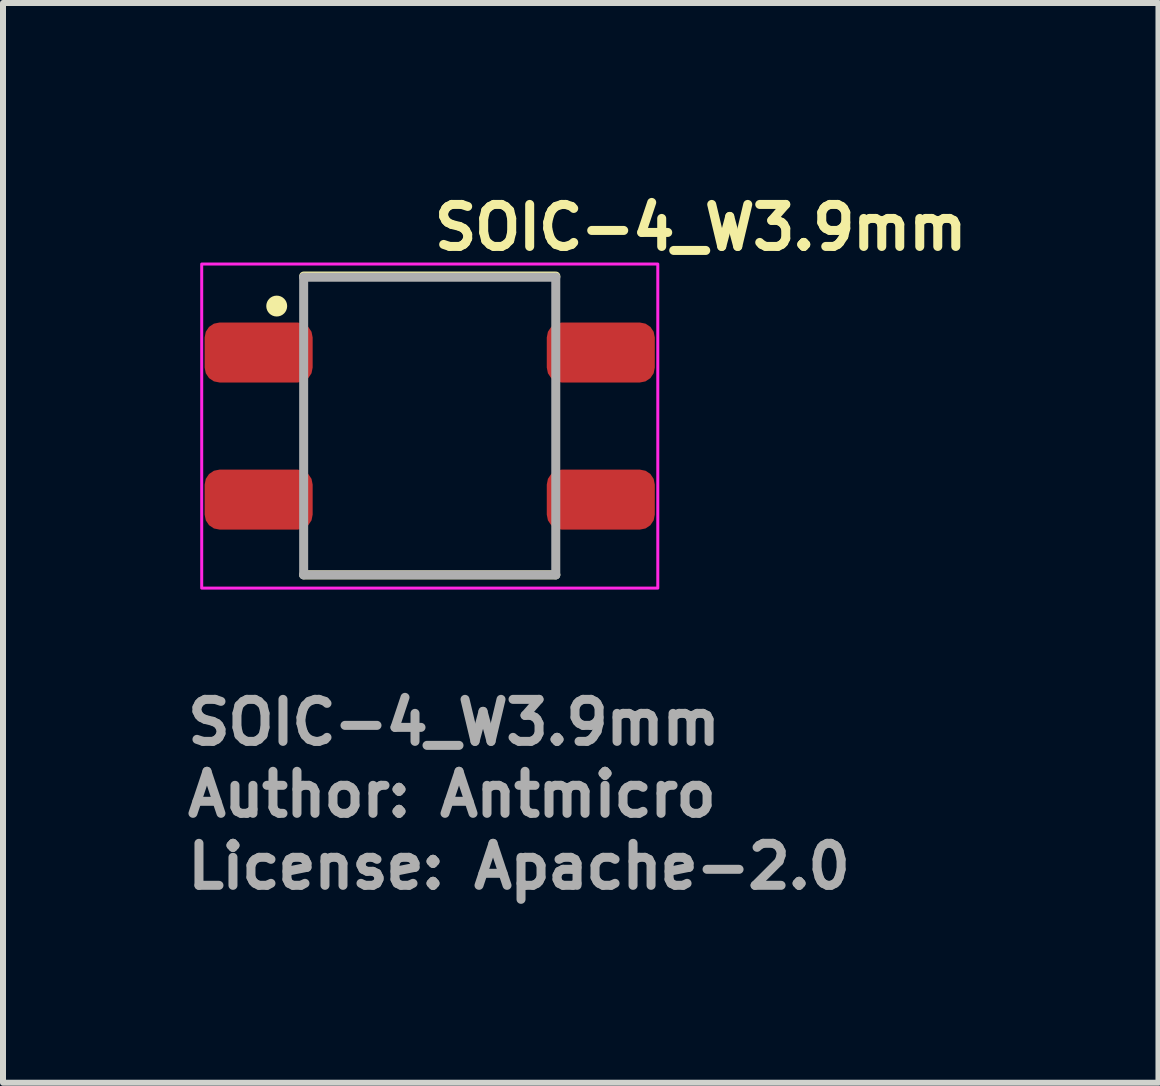
<source format=kicad_pcb>
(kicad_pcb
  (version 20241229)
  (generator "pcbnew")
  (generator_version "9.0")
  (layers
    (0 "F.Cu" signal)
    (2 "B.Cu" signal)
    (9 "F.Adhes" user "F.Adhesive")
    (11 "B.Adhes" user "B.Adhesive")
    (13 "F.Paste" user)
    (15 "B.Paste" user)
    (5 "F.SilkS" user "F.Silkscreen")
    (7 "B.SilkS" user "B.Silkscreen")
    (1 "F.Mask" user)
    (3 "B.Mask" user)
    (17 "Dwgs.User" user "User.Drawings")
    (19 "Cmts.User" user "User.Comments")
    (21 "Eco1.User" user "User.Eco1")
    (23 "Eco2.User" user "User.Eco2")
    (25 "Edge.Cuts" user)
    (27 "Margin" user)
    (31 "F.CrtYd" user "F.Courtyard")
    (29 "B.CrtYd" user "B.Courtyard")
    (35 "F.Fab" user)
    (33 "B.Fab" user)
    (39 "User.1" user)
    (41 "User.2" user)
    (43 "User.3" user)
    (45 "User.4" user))
  (footprint "SOIC-4_W3.9mm"
    (layer "F.Cu")
    (at 4.111 4.05)
    (property "Reference" "SOIC-4_W3.9mm" (at 0 -2.9 0) (layer "F.SilkS") (effects (font (size 0.7 0.7) (thickness 0.15)) (justify left bottom)))
    (attr smd)
    (fp_line (start -2.101 2.479) (end 2.1 2.479) (stroke (width 0.15) (type solid)) (layer "F.SilkS"))
    (fp_line (start -2.1 -2.5) (end 2.101 -2.5) (stroke (width 0.15) (type solid)) (layer "F.SilkS"))
    (fp_circle (center -2.55 -2) (end -2.451 -2) (stroke (width 0.15) (type solid)) (fill yes) (layer "F.SilkS"))
    (fp_rect (start -3.8 -2.7) (end 3.8 2.7) (stroke (width 0.05) (type solid)) (fill no) (layer "F.CrtYd"))
    (fp_line (start -2.101 -2.48) (end 2.1 -2.48) (stroke (width 0.15) (type solid)) (layer "F.Fab"))
    (fp_line (start -2.101 2.479) (end -2.101 -2.48) (stroke (width 0.15) (type solid)) (layer "F.Fab"))
    (fp_line (start 2.1 -2.48) (end 2.1 2.479) (stroke (width 0.15) (type solid)) (layer "F.Fab"))
    (fp_line (start 2.1 2.479) (end -2.101 2.479) (stroke (width 0.15) (type solid)) (layer "F.Fab"))
    (fp_rect (start -3.351 -2.363) (end 3.35 2.362) (stroke (width 0.1) (type solid)) (fill no) (layer "User.5"))
    (fp_line (start -3.351 -1.543) (end -3.351 -0.909) (stroke (width 0.02) (type solid)) (layer "User.9"))
    (fp_line (start -3.351 1.542) (end -3.351 0.907) (stroke (width 0.02) (type solid)) (layer "User.9"))
    (fp_line (start -3.04 -1.543) (end -3.351 -1.543) (stroke (width 0.02) (type solid)) (layer "User.9"))
    (fp_line (start -3.04 -0.909) (end -3.351 -0.909) (stroke (width 0.02) (type solid)) (layer "User.9"))
    (fp_line (start -3.04 0.907) (end -3.351 0.907) (stroke (width 0.02) (type solid)) (layer "User.9"))
    (fp_line (start -3.04 1.542) (end -3.351 1.542) (stroke (width 0.02) (type solid)) (layer "User.9"))
    (fp_line (start -2.746 -1.543) (end -3.04 -1.543) (stroke (width 0.02) (type solid)) (layer "User.9"))
    (fp_line (start -2.746 -1.543) (end -2.746 -1.543) (stroke (width 0.02) (type solid)) (layer "User.9"))
    (fp_line (start -2.746 -0.909) (end -3.04 -0.909) (stroke (width 0.02) (type solid)) (layer "User.9"))
    (fp_line (start -2.746 -0.909) (end -2.746 -0.909) (stroke (width 0.02) (type solid)) (layer "User.9"))
    (fp_line (start -2.746 0.907) (end -3.04 0.907) (stroke (width 0.02) (type solid)) (layer "User.9"))
    (fp_line (start -2.746 0.907) (end -2.746 0.907) (stroke (width 0.02) (type solid)) (layer "User.9"))
    (fp_line (start -2.746 1.542) (end -3.04 1.542) (stroke (width 0.02) (type solid)) (layer "User.9"))
    (fp_line (start -2.746 1.542) (end -2.746 1.542) (stroke (width 0.02) (type solid)) (layer "User.9"))
    (fp_line (start -2.628 -1.543) (end -2.746 -1.543) (stroke (width 0.02) (type solid)) (layer "User.9"))
    (fp_line (start -2.628 -1.543) (end -2.628 -0.909) (stroke (width 0.02) (type solid)) (layer "User.9"))
    (fp_line (start -2.628 -0.909) (end -2.746 -0.909) (stroke (width 0.02) (type solid)) (layer "User.9"))
    (fp_line (start -2.628 0.907) (end -2.746 0.907) (stroke (width 0.02) (type solid)) (layer "User.9"))
    (fp_line (start -2.628 1.542) (end -2.746 1.542) (stroke (width 0.02) (type solid)) (layer "User.9"))
    (fp_line (start -2.628 1.542) (end -2.628 0.907) (stroke (width 0.02) (type solid)) (layer "User.9"))
    (fp_line (start -2.612 -1.543) (end -2.628 -1.543) (stroke (width 0.02) (type solid)) (layer "User.9"))
    (fp_line (start -2.612 -1.543) (end -2.612 -1.543) (stroke (width 0.02) (type solid)) (layer "User.9"))
    (fp_line (start -2.612 -0.909) (end -2.628 -0.909) (stroke (width 0.02) (type solid)) (layer "User.9"))
    (fp_line (start -2.612 -0.909) (end -2.612 -0.909) (stroke (width 0.02) (type solid)) (layer "User.9"))
    (fp_line (start -2.612 0.907) (end -2.628 0.907) (stroke (width 0.02) (type solid)) (layer "User.9"))
    (fp_line (start -2.612 0.907) (end -2.612 0.907) (stroke (width 0.02) (type solid)) (layer "User.9"))
    (fp_line (start -2.612 1.542) (end -2.628 1.542) (stroke (width 0.02) (type solid)) (layer "User.9"))
    (fp_line (start -2.612 1.542) (end -2.612 1.542) (stroke (width 0.02) (type solid)) (layer "User.9"))
    (fp_line (start -2.565 -1.543) (end -2.612 -1.543) (stroke (width 0.02) (type solid)) (layer "User.9"))
    (fp_line (start -2.565 -1.543) (end -2.565 -1.543) (stroke (width 0.02) (type solid)) (layer "User.9"))
    (fp_line (start -2.565 -0.909) (end -2.612 -0.909) (stroke (width 0.02) (type solid)) (layer "User.9"))
    (fp_line (start -2.565 -0.909) (end -2.565 -0.909) (stroke (width 0.02) (type solid)) (layer "User.9"))
    (fp_line (start -2.565 0.907) (end -2.612 0.907) (stroke (width 0.02) (type solid)) (layer "User.9"))
    (fp_line (start -2.565 0.907) (end -2.565 0.907) (stroke (width 0.02) (type solid)) (layer "User.9"))
    (fp_line (start -2.565 1.542) (end -2.612 1.542) (stroke (width 0.02) (type solid)) (layer "User.9"))
    (fp_line (start -2.565 1.542) (end -2.565 1.542) (stroke (width 0.02) (type solid)) (layer "User.9"))
    (fp_line (start -2.492 -1.543) (end -2.565 -1.543) (stroke (width 0.02) (type solid)) (layer "User.9"))
    (fp_line (start -2.492 -1.543) (end -2.492 -1.543) (stroke (width 0.02) (type solid)) (layer "User.9"))
    (fp_line (start -2.492 -0.909) (end -2.565 -0.909) (stroke (width 0.02) (type solid)) (layer "User.9"))
    (fp_line (start -2.492 -0.909) (end -2.492 -0.909) (stroke (width 0.02) (type solid)) (layer "User.9"))
    (fp_line (start -2.492 0.907) (end -2.565 0.907) (stroke (width 0.02) (type solid)) (layer "User.9"))
    (fp_line (start -2.492 0.907) (end -2.492 0.907) (stroke (width 0.02) (type solid)) (layer "User.9"))
    (fp_line (start -2.492 1.542) (end -2.565 1.542) (stroke (width 0.02) (type solid)) (layer "User.9"))
    (fp_line (start -2.492 1.542) (end -2.492 1.542) (stroke (width 0.02) (type solid)) (layer "User.9"))
    (fp_line (start -2.445 -1.543) (end -2.492 -1.543) (stroke (width 0.02) (type solid)) (layer "User.9"))
    (fp_line (start -2.445 -1.543) (end -2.445 -1.543) (stroke (width 0.02) (type solid)) (layer "User.9"))
    (fp_line (start -2.445 -0.909) (end -2.492 -0.909) (stroke (width 0.02) (type solid)) (layer "User.9"))
    (fp_line (start -2.445 -0.909) (end -2.445 -0.909) (stroke (width 0.02) (type solid)) (layer "User.9"))
    (fp_line (start -2.445 0.907) (end -2.492 0.907) (stroke (width 0.02) (type solid)) (layer "User.9"))
    (fp_line (start -2.445 0.907) (end -2.445 0.907) (stroke (width 0.02) (type solid)) (layer "User.9"))
    (fp_line (start -2.445 1.542) (end -2.492 1.542) (stroke (width 0.02) (type solid)) (layer "User.9"))
    (fp_line (start -2.445 1.542) (end -2.445 1.542) (stroke (width 0.02) (type solid)) (layer "User.9"))
    (fp_line (start -2.007 -1.543) (end -2.445 -1.543) (stroke (width 0.02) (type solid)) (layer "User.9"))
    (fp_line (start -2.007 -0.909) (end -2.445 -0.909) (stroke (width 0.02) (type solid)) (layer "User.9"))
    (fp_line (start -2.007 0.907) (end -2.445 0.907) (stroke (width 0.02) (type solid)) (layer "User.9"))
    (fp_line (start -2.007 1.542) (end -2.445 1.542) (stroke (width 0.02) (type solid)) (layer "User.9"))
    (fp_line (start -1.95 -2.363) (end -1.95 2.362) (stroke (width 0.02) (type solid)) (layer "User.9"))
    (fp_line (start -1.95 -1.543) (end -2.007 -1.543) (stroke (width 0.02) (type solid)) (layer "User.9"))
    (fp_line (start -1.95 -0.909) (end -2.007 -0.909) (stroke (width 0.02) (type solid)) (layer "User.9"))
    (fp_line (start -1.95 0.907) (end -2.007 0.907) (stroke (width 0.02) (type solid)) (layer "User.9"))
    (fp_line (start -1.95 1.542) (end -2.007 1.542) (stroke (width 0.02) (type solid)) (layer "User.9"))
    (fp_line (start -1.95 2.362) (end 1.449 2.362) (stroke (width 0.02) (type solid)) (layer "User.9"))
    (fp_line (start 1.449 -2.363) (end -1.95 -2.363) (stroke (width 0.02) (type solid)) (layer "User.9"))
    (fp_line (start 1.449 -2.363) (end 1.949 -2.363) (stroke (width 0.02) (type solid)) (layer "User.9"))
    (fp_line (start 1.449 2.362) (end 1.449 -2.363) (stroke (width 0.02) (type solid)) (layer "User.9"))
    (fp_line (start 1.949 -2.363) (end 1.949 2.362) (stroke (width 0.02) (type solid)) (layer "User.9"))
    (fp_line (start 1.949 -1.543) (end 2.004 -1.543) (stroke (width 0.02) (type solid)) (layer "User.9"))
    (fp_line (start 1.949 -0.909) (end 2.004 -0.909) (stroke (width 0.02) (type solid)) (layer "User.9"))
    (fp_line (start 1.949 0.907) (end 2.004 0.907) (stroke (width 0.02) (type solid)) (layer "User.9"))
    (fp_line (start 1.949 1.542) (end 2.004 1.542) (stroke (width 0.02) (type solid)) (layer "User.9"))
    (fp_line (start 1.949 2.362) (end 1.449 2.362) (stroke (width 0.02) (type solid)) (layer "User.9"))
    (fp_line (start 2.004 -1.543) (end 2.443 -1.543) (stroke (width 0.02) (type solid)) (layer "User.9"))
    (fp_line (start 2.004 -0.909) (end 2.443 -0.909) (stroke (width 0.02) (type solid)) (layer "User.9"))
    (fp_line (start 2.004 0.907) (end 2.443 0.907) (stroke (width 0.02) (type solid)) (layer "User.9"))
    (fp_line (start 2.004 1.542) (end 2.443 1.542) (stroke (width 0.02) (type solid)) (layer "User.9"))
    (fp_line (start 2.443 -1.543) (end 2.443 -1.543) (stroke (width 0.02) (type solid)) (layer "User.9"))
    (fp_line (start 2.443 -1.543) (end 2.49 -1.543) (stroke (width 0.02) (type solid)) (layer "User.9"))
    (fp_line (start 2.443 -0.909) (end 2.443 -0.909) (stroke (width 0.02) (type solid)) (layer "User.9"))
    (fp_line (start 2.443 -0.909) (end 2.49 -0.909) (stroke (width 0.02) (type solid)) (layer "User.9"))
    (fp_line (start 2.443 0.907) (end 2.443 0.907) (stroke (width 0.02) (type solid)) (layer "User.9"))
    (fp_line (start 2.443 0.907) (end 2.49 0.907) (stroke (width 0.02) (type solid)) (layer "User.9"))
    (fp_line (start 2.443 1.542) (end 2.443 1.542) (stroke (width 0.02) (type solid)) (layer "User.9"))
    (fp_line (start 2.443 1.542) (end 2.49 1.542) (stroke (width 0.02) (type solid)) (layer "User.9"))
    (fp_line (start 2.49 -1.543) (end 2.49 -1.543) (stroke (width 0.02) (type solid)) (layer "User.9"))
    (fp_line (start 2.49 -1.543) (end 2.564 -1.543) (stroke (width 0.02) (type solid)) (layer "User.9"))
    (fp_line (start 2.49 -0.909) (end 2.49 -0.909) (stroke (width 0.02) (type solid)) (layer "User.9"))
    (fp_line (start 2.49 -0.909) (end 2.564 -0.909) (stroke (width 0.02) (type solid)) (layer "User.9"))
    (fp_line (start 2.49 0.907) (end 2.49 0.907) (stroke (width 0.02) (type solid)) (layer "User.9"))
    (fp_line (start 2.49 0.907) (end 2.564 0.907) (stroke (width 0.02) (type solid)) (layer "User.9"))
    (fp_line (start 2.49 1.542) (end 2.49 1.542) (stroke (width 0.02) (type solid)) (layer "User.9"))
    (fp_line (start 2.49 1.542) (end 2.564 1.542) (stroke (width 0.02) (type solid)) (layer "User.9"))
    (fp_line (start 2.564 -1.543) (end 2.564 -1.543) (stroke (width 0.02) (type solid)) (layer "User.9"))
    (fp_line (start 2.564 -1.543) (end 2.609 -1.543) (stroke (width 0.02) (type solid)) (layer "User.9"))
    (fp_line (start 2.564 -0.909) (end 2.564 -0.909) (stroke (width 0.02) (type solid)) (layer "User.9"))
    (fp_line (start 2.564 -0.909) (end 2.609 -0.909) (stroke (width 0.02) (type solid)) (layer "User.9"))
    (fp_line (start 2.564 0.907) (end 2.564 0.907) (stroke (width 0.02) (type solid)) (layer "User.9"))
    (fp_line (start 2.564 0.907) (end 2.609 0.907) (stroke (width 0.02) (type solid)) (layer "User.9"))
    (fp_line (start 2.564 1.542) (end 2.564 1.542) (stroke (width 0.02) (type solid)) (layer "User.9"))
    (fp_line (start 2.564 1.542) (end 2.609 1.542) (stroke (width 0.02) (type solid)) (layer "User.9"))
    (fp_line (start 2.609 -1.543) (end 2.609 -1.543) (stroke (width 0.02) (type solid)) (layer "User.9"))
    (fp_line (start 2.609 -1.543) (end 2.625 -1.543) (stroke (width 0.02) (type solid)) (layer "User.9"))
    (fp_line (start 2.609 -0.909) (end 2.609 -0.909) (stroke (width 0.02) (type solid)) (layer "User.9"))
    (fp_line (start 2.609 -0.909) (end 2.625 -0.909) (stroke (width 0.02) (type solid)) (layer "User.9"))
    (fp_line (start 2.609 0.907) (end 2.609 0.907) (stroke (width 0.02) (type solid)) (layer "User.9"))
    (fp_line (start 2.609 0.907) (end 2.625 0.907) (stroke (width 0.02) (type solid)) (layer "User.9"))
    (fp_line (start 2.609 1.542) (end 2.609 1.542) (stroke (width 0.02) (type solid)) (layer "User.9"))
    (fp_line (start 2.609 1.542) (end 2.625 1.542) (stroke (width 0.02) (type solid)) (layer "User.9"))
    (fp_line (start 2.625 -1.543) (end 2.625 -0.909) (stroke (width 0.02) (type solid)) (layer "User.9"))
    (fp_line (start 2.625 -1.543) (end 2.745 -1.543) (stroke (width 0.02) (type solid)) (layer "User.9"))
    (fp_line (start 2.625 -0.909) (end 2.745 -0.909) (stroke (width 0.02) (type solid)) (layer "User.9"))
    (fp_line (start 2.625 0.907) (end 2.745 0.907) (stroke (width 0.02) (type solid)) (layer "User.9"))
    (fp_line (start 2.625 1.542) (end 2.625 0.907) (stroke (width 0.02) (type solid)) (layer "User.9"))
    (fp_line (start 2.625 1.542) (end 2.745 1.542) (stroke (width 0.02) (type solid)) (layer "User.9"))
    (fp_line (start 2.745 -1.543) (end 2.745 -1.543) (stroke (width 0.02) (type solid)) (layer "User.9"))
    (fp_line (start 2.745 -1.543) (end 3.038 -1.543) (stroke (width 0.02) (type solid)) (layer "User.9"))
    (fp_line (start 2.745 -0.909) (end 2.745 -0.909) (stroke (width 0.02) (type solid)) (layer "User.9"))
    (fp_line (start 2.745 -0.909) (end 3.038 -0.909) (stroke (width 0.02) (type solid)) (layer "User.9"))
    (fp_line (start 2.745 0.907) (end 2.745 0.907) (stroke (width 0.02) (type solid)) (layer "User.9"))
    (fp_line (start 2.745 0.907) (end 3.038 0.907) (stroke (width 0.02) (type solid)) (layer "User.9"))
    (fp_line (start 2.745 1.542) (end 2.745 1.542) (stroke (width 0.02) (type solid)) (layer "User.9"))
    (fp_line (start 2.745 1.542) (end 3.038 1.542) (stroke (width 0.02) (type solid)) (layer "User.9"))
    (fp_line (start 3.038 -1.543) (end 3.35 -1.543) (stroke (width 0.02) (type solid)) (layer "User.9"))
    (fp_line (start 3.038 -0.909) (end 3.35 -0.909) (stroke (width 0.02) (type solid)) (layer "User.9"))
    (fp_line (start 3.038 0.907) (end 3.35 0.907) (stroke (width 0.02) (type solid)) (layer "User.9"))
    (fp_line (start 3.038 1.542) (end 3.35 1.542) (stroke (width 0.02) (type solid)) (layer "User.9"))
    (fp_line (start 3.35 -1.543) (end 3.35 -0.909) (stroke (width 0.02) (type solid)) (layer "User.9"))
    (fp_line (start 3.35 1.542) (end 3.35 0.907) (stroke (width 0.02) (type solid)) (layer "User.9"))
    (fp_text user "License: Apache-2.0" (at -4.111 7.746 0) (layer "F.Fab") (effects (font (size 0.7 0.7) (thickness 0.15)) (justify left bottom)))
    (fp_text user "${REFERENCE}" (at -4.111 5.347 0) (layer "F.Fab") (effects (font (size 0.7 0.7) (thickness 0.15)) (justify left bottom)))
    (fp_text user "Author: Antmicro" (at -4.111 6.546 0) (layer "F.Fab") (effects (font (size 0.7 0.7) (thickness 0.15)) (justify left bottom)))
    (pad "1" smd roundrect (at -2.851 -1.226) (size 1.8 1) (layers "F.Cu" "F.Mask" "F.Paste") (roundrect_rratio 0.25))
    (pad "2" smd roundrect (at -2.851 1.225) (size 1.8 1) (layers "F.Cu" "F.Mask" "F.Paste") (roundrect_rratio 0.25))
    (pad "3" smd roundrect (at 2.85 1.225) (size 1.8 1) (layers "F.Cu" "F.Mask" "F.Paste") (roundrect_rratio 0.25))
    (pad "4" smd roundrect (at 2.85 -1.226) (size 1.8 1) (layers "F.Cu" "F.Mask" "F.Paste") (roundrect_rratio 0.25)))
  (gr_rect
    (start -3 -3)
    (end 16.254 14.992)
    (stroke (width 0.1) (type default))
    (fill no)
    (layer "Edge.Cuts")))
</source>
